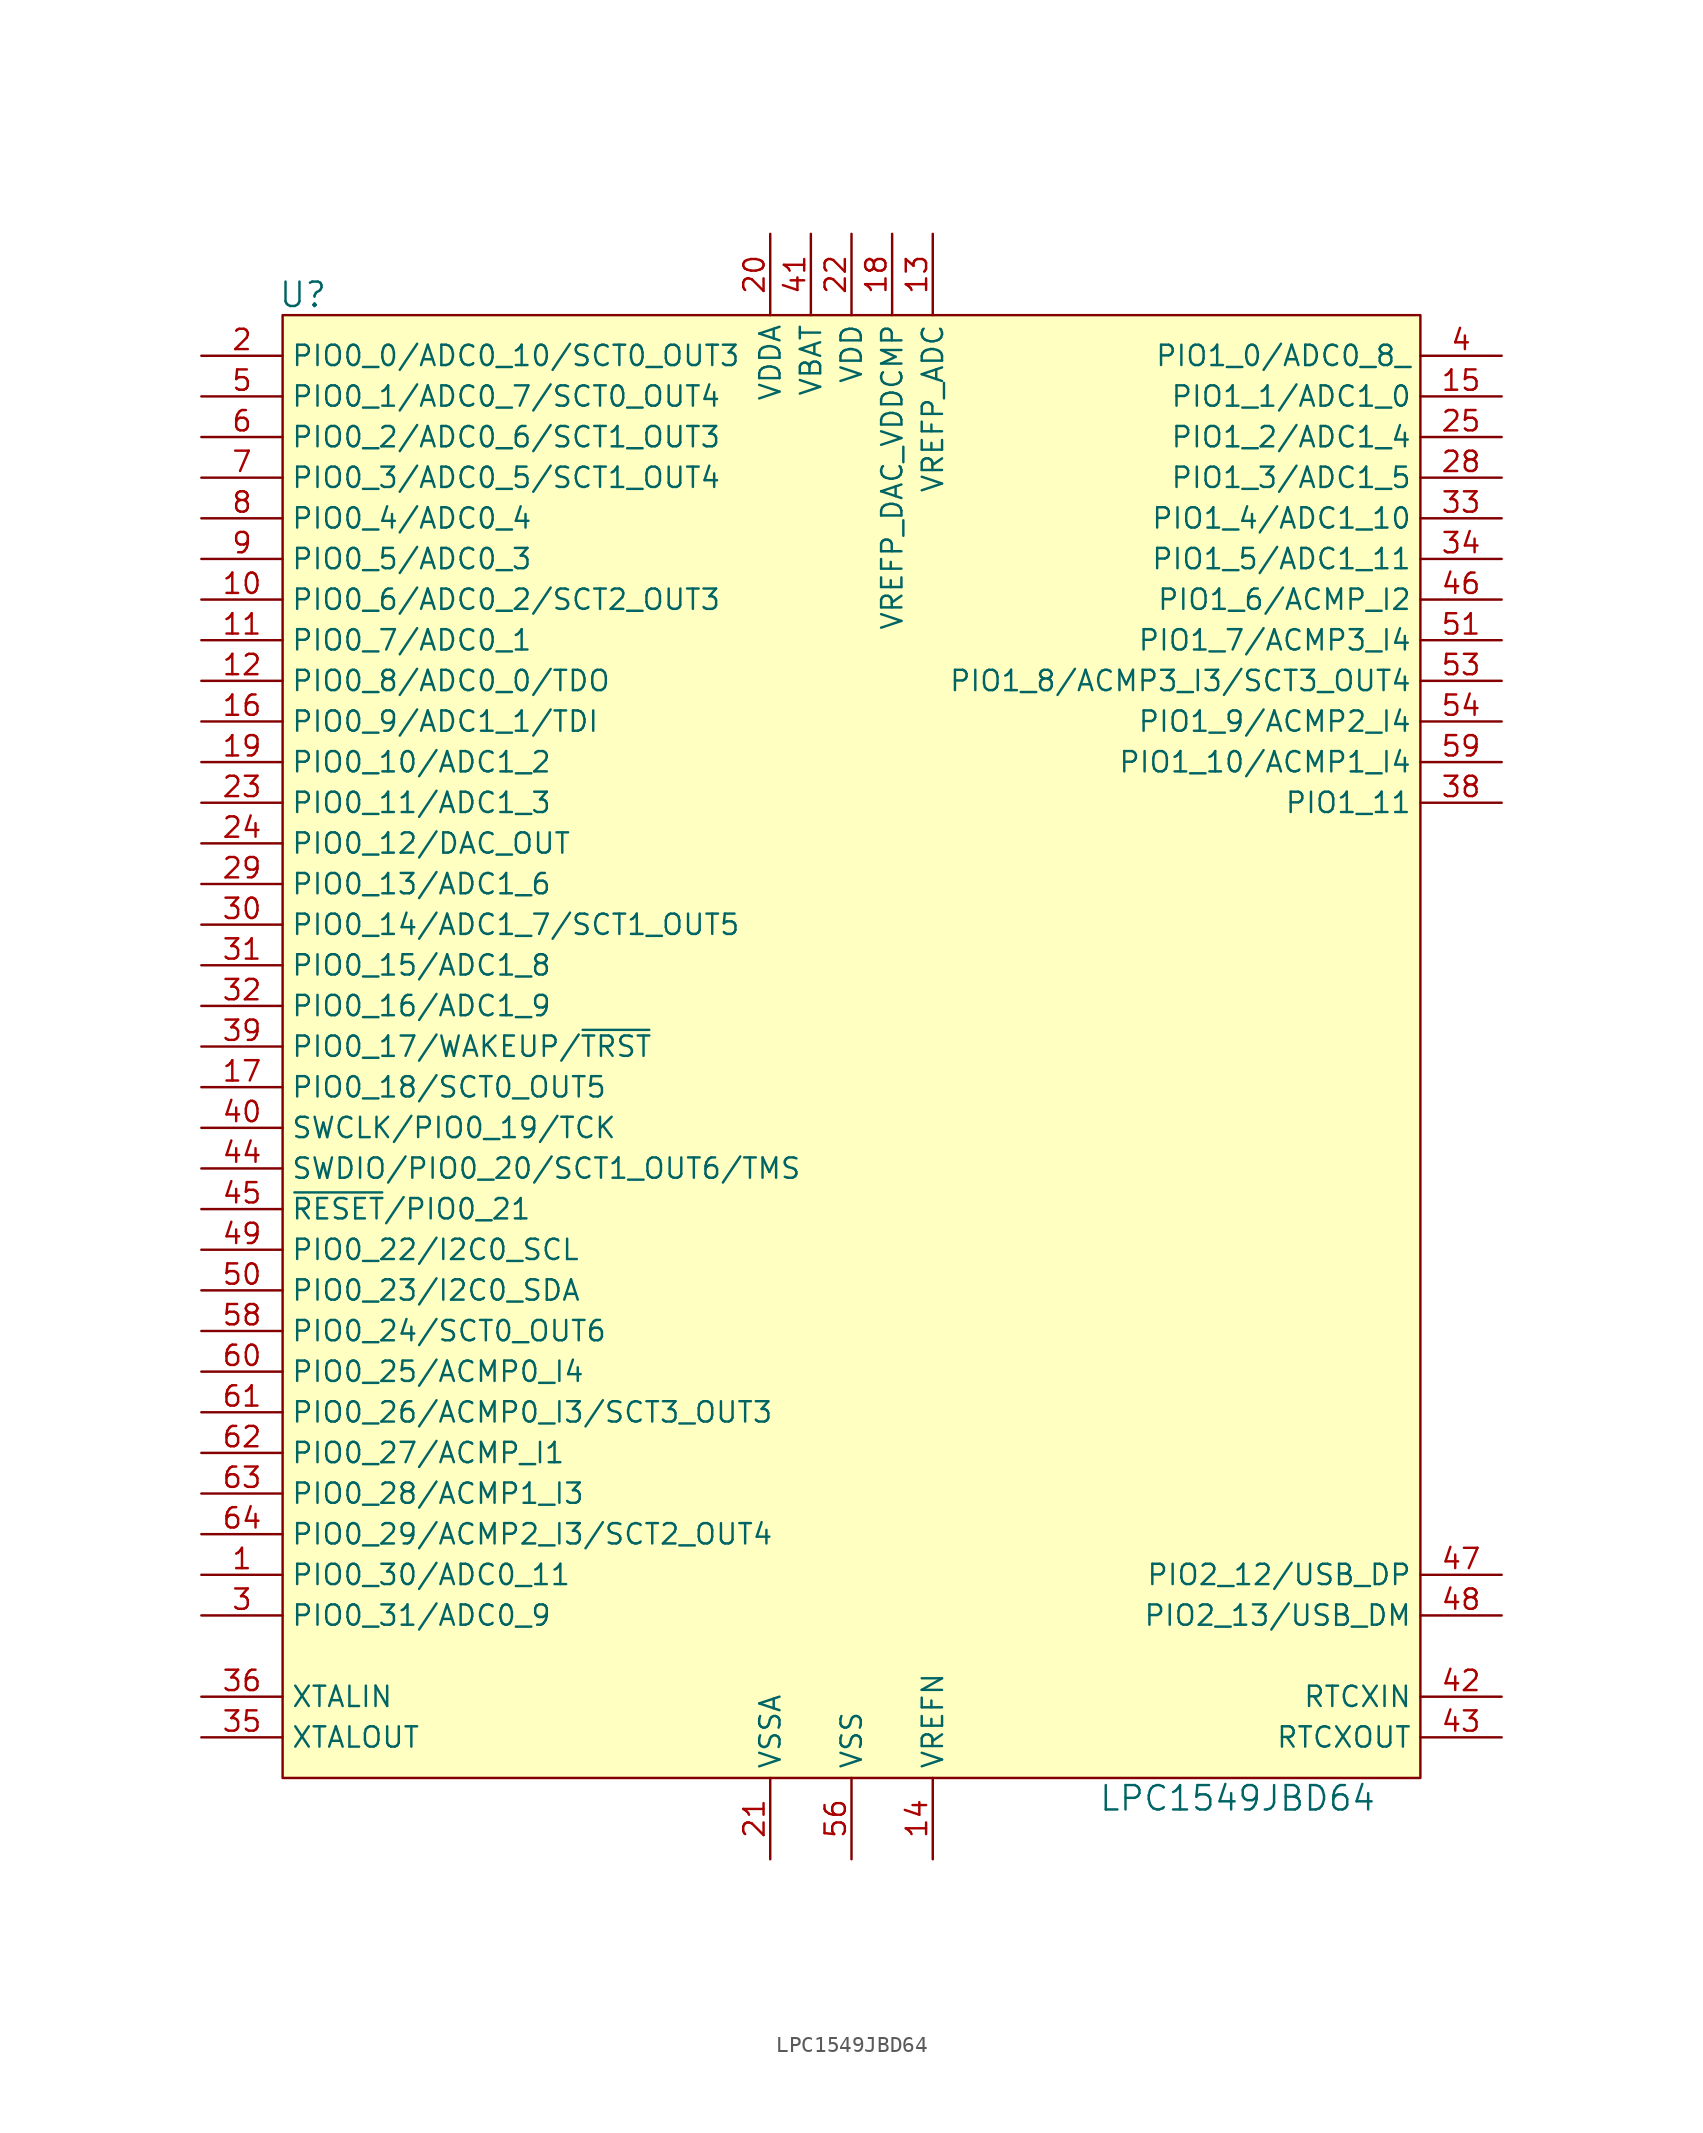
<source format=kicad_sym>
(kicad_symbol_lib
  (version 20211014)
  (generator kicad_symbol_editor)
  (symbol "LPC1549JBD64"
    (property "Reference" "U"
      (at -34.29 46.99 0)
      (effects (font (size 1.524 1.524))))
    (property "Value" "LPC1549JBD64"
      (at 24.13 -46.99 0)
      (effects (font (size 1.524 1.524))))
    (symbol "LPC1549JBD64_0_1"
      (rectangle (start -35.56 -45.72) (end 35.56 45.72) (stroke (width 0) (type default) (color 0 0 0 0)) (fill (type background))))
    (symbol "LPC1549JBD64_1_1"
      (pin bidirectional line (at -40.64 -33.02 0) (length 5.08) (name "PIO0_30/ADC0_11" (effects (font (size 1.27 1.27)))) (number "1" (effects (font (size 1.27 1.27)))))
      (pin bidirectional line (at -40.64 27.94 0) (length 5.08) (name "PIO0_6/ADC0_2/SCT2_OUT3" (effects (font (size 1.27 1.27)))) (number "10" (effects (font (size 1.27 1.27)))))
      (pin bidirectional line (at -40.64 25.4 0) (length 5.08) (name "PIO0_7/ADC0_1" (effects (font (size 1.27 1.27)))) (number "11" (effects (font (size 1.27 1.27)))))
      (pin bidirectional line (at -40.64 22.86 0) (length 5.08) (name "PIO0_8/ADC0_0/TDO" (effects (font (size 1.27 1.27)))) (number "12" (effects (font (size 1.27 1.27)))))
      (pin power_in line (at 5.08 50.8 270) (length 5.08) (name "VREFP_ADC" (effects (font (size 1.27 1.27)))) (number "13" (effects (font (size 1.27 1.27)))))
      (pin power_in line (at 5.08 -50.8 90) (length 5.08) (name "VREFN" (effects (font (size 1.27 1.27)))) (number "14" (effects (font (size 1.27 1.27)))))
      (pin bidirectional line (at 40.64 40.64 180) (length 5.08) (name "PIO1_1/ADC1_0" (effects (font (size 1.27 1.27)))) (number "15" (effects (font (size 1.27 1.27)))))
      (pin bidirectional line (at -40.64 20.32 0) (length 5.08) (name "PIO0_9/ADC1_1/TDI" (effects (font (size 1.27 1.27)))) (number "16" (effects (font (size 1.27 1.27)))))
      (pin bidirectional line (at -40.64 -2.54 0) (length 5.08) (name "PIO0_18/SCT0_OUT5" (effects (font (size 1.27 1.27)))) (number "17" (effects (font (size 1.27 1.27)))))
      (pin power_in line (at 2.54 50.8 270) (length 5.08) (name "VREFP_DAC_VDDCMP" (effects (font (size 1.27 1.27)))) (number "18" (effects (font (size 1.27 1.27)))))
      (pin bidirectional line (at -40.64 17.78 0) (length 5.08) (name "PIO0_10/ADC1_2" (effects (font (size 1.27 1.27)))) (number "19" (effects (font (size 1.27 1.27)))))
      (pin bidirectional line (at -40.64 43.18 0) (length 5.08) (name "PIO0_0/ADC0_10/SCT0_OUT3" (effects (font (size 1.27 1.27)))) (number "2" (effects (font (size 1.27 1.27)))))
      (pin power_in line (at -5.08 50.8 270) (length 5.08) (name "VDDA" (effects (font (size 1.27 1.27)))) (number "20" (effects (font (size 1.27 1.27)))))
      (pin power_in line (at -5.08 -50.8 90) (length 5.08) (name "VSSA" (effects (font (size 1.27 1.27)))) (number "21" (effects (font (size 1.27 1.27)))))
      (pin power_in line (at 0 50.8 270) (length 5.08) (name "VDD" (effects (font (size 1.27 1.27)))) (number "22" (effects (font (size 1.27 1.27)))))
      (pin bidirectional line (at -40.64 15.24 0) (length 5.08) (name "PIO0_11/ADC1_3" (effects (font (size 1.27 1.27)))) (number "23" (effects (font (size 1.27 1.27)))))
      (pin bidirectional line (at -40.64 12.7 0) (length 5.08) (name "PIO0_12/DAC_OUT" (effects (font (size 1.27 1.27)))) (number "24" (effects (font (size 1.27 1.27)))))
      (pin bidirectional line (at 40.64 38.1 180) (length 5.08) (name "PIO1_2/ADC1_4" (effects (font (size 1.27 1.27)))) (number "25" (effects (font (size 1.27 1.27)))))
      (pin passive line (at 0 -50.8 90) (length 5.08) hide (name "VSS" (effects (font (size 1.27 1.27)))) (number "26" (effects (font (size 1.27 1.27)))))
      (pin passive line (at 0 -50.8 90) (length 5.08) hide (name "VSS" (effects (font (size 1.27 1.27)))) (number "27" (effects (font (size 1.27 1.27)))))
      (pin bidirectional line (at 40.64 35.56 180) (length 5.08) (name "PIO1_3/ADC1_5" (effects (font (size 1.27 1.27)))) (number "28" (effects (font (size 1.27 1.27)))))
      (pin bidirectional line (at -40.64 10.16 0) (length 5.08) (name "PIO0_13/ADC1_6" (effects (font (size 1.27 1.27)))) (number "29" (effects (font (size 1.27 1.27)))))
      (pin bidirectional line (at -40.64 -35.56 0) (length 5.08) (name "PIO0_31/ADC0_9" (effects (font (size 1.27 1.27)))) (number "3" (effects (font (size 1.27 1.27)))))
      (pin bidirectional line (at -40.64 7.62 0) (length 5.08) (name "PIO0_14/ADC1_7/SCT1_OUT5" (effects (font (size 1.27 1.27)))) (number "30" (effects (font (size 1.27 1.27)))))
      (pin bidirectional line (at -40.64 5.08 0) (length 5.08) (name "PIO0_15/ADC1_8" (effects (font (size 1.27 1.27)))) (number "31" (effects (font (size 1.27 1.27)))))
      (pin bidirectional line (at -40.64 2.54 0) (length 5.08) (name "PIO0_16/ADC1_9" (effects (font (size 1.27 1.27)))) (number "32" (effects (font (size 1.27 1.27)))))
      (pin bidirectional line (at 40.64 33.02 180) (length 5.08) (name "PIO1_4/ADC1_10" (effects (font (size 1.27 1.27)))) (number "33" (effects (font (size 1.27 1.27)))))
      (pin bidirectional line (at 40.64 30.48 180) (length 5.08) (name "PIO1_5/ADC1_11" (effects (font (size 1.27 1.27)))) (number "34" (effects (font (size 1.27 1.27)))))
      (pin bidirectional line (at -40.64 -43.18 0) (length 5.08) (name "XTALOUT" (effects (font (size 1.27 1.27)))) (number "35" (effects (font (size 1.27 1.27)))))
      (pin bidirectional line (at -40.64 -40.64 0) (length 5.08) (name "XTALIN" (effects (font (size 1.27 1.27)))) (number "36" (effects (font (size 1.27 1.27)))))
      (pin passive line (at 0 50.8 270) (length 5.08) hide (name "VDD" (effects (font (size 1.27 1.27)))) (number "37" (effects (font (size 1.27 1.27)))))
      (pin bidirectional line (at 40.64 15.24 180) (length 5.08) (name "PIO1_11" (effects (font (size 1.27 1.27)))) (number "38" (effects (font (size 1.27 1.27)))))
      (pin bidirectional line (at -40.64 0 0) (length 5.08) (name "PIO0_17/WAKEUP/~{TRST}" (effects (font (size 1.27 1.27)))) (number "39" (effects (font (size 1.27 1.27)))))
      (pin bidirectional line (at 40.64 43.18 180) (length 5.08) (name "PIO1_0/ADC0_8_" (effects (font (size 1.27 1.27)))) (number "4" (effects (font (size 1.27 1.27)))))
      (pin bidirectional line (at -40.64 -5.08 0) (length 5.08) (name "SWCLK/PIO0_19/TCK" (effects (font (size 1.27 1.27)))) (number "40" (effects (font (size 1.27 1.27)))))
      (pin power_in line (at -2.54 50.8 270) (length 5.08) (name "VBAT" (effects (font (size 1.27 1.27)))) (number "41" (effects (font (size 1.27 1.27)))))
      (pin input line (at 40.64 -40.64 180) (length 5.08) (name "RTCXIN" (effects (font (size 1.27 1.27)))) (number "42" (effects (font (size 1.27 1.27)))))
      (pin output line (at 40.64 -43.18 180) (length 5.08) (name "RTCXOUT" (effects (font (size 1.27 1.27)))) (number "43" (effects (font (size 1.27 1.27)))))
      (pin bidirectional line (at -40.64 -7.62 0) (length 5.08) (name "SWDIO/PIO0_20/SCT1_OUT6/TMS" (effects (font (size 1.27 1.27)))) (number "44" (effects (font (size 1.27 1.27)))))
      (pin bidirectional line (at -40.64 -10.16 0) (length 5.08) (name "~{RESET}/PIO0_21" (effects (font (size 1.27 1.27)))) (number "45" (effects (font (size 1.27 1.27)))))
      (pin bidirectional line (at 40.64 27.94 180) (length 5.08) (name "PIO1_6/ACMP_I2" (effects (font (size 1.27 1.27)))) (number "46" (effects (font (size 1.27 1.27)))))
      (pin bidirectional line (at 40.64 -33.02 180) (length 5.08) (name "PIO2_12/USB_DP" (effects (font (size 1.27 1.27)))) (number "47" (effects (font (size 1.27 1.27)))))
      (pin bidirectional line (at 40.64 -35.56 180) (length 5.08) (name "PIO2_13/USB_DM" (effects (font (size 1.27 1.27)))) (number "48" (effects (font (size 1.27 1.27)))))
      (pin bidirectional line (at -40.64 -12.7 0) (length 5.08) (name "PIO0_22/I2C0_SCL" (effects (font (size 1.27 1.27)))) (number "49" (effects (font (size 1.27 1.27)))))
      (pin bidirectional line (at -40.64 40.64 0) (length 5.08) (name "PIO0_1/ADC0_7/SCT0_OUT4" (effects (font (size 1.27 1.27)))) (number "5" (effects (font (size 1.27 1.27)))))
      (pin bidirectional line (at -40.64 -15.24 0) (length 5.08) (name "PIO0_23/I2C0_SDA" (effects (font (size 1.27 1.27)))) (number "50" (effects (font (size 1.27 1.27)))))
      (pin bidirectional line (at 40.64 25.4 180) (length 5.08) (name "PIO1_7/ACMP3_I4" (effects (font (size 1.27 1.27)))) (number "51" (effects (font (size 1.27 1.27)))))
      (pin passive line (at 0 50.8 270) (length 5.08) hide (name "VDD" (effects (font (size 1.27 1.27)))) (number "52" (effects (font (size 1.27 1.27)))))
      (pin bidirectional line (at 40.64 22.86 180) (length 5.08) (name "PIO1_8/ACMP3_I3/SCT3_OUT4" (effects (font (size 1.27 1.27)))) (number "53" (effects (font (size 1.27 1.27)))))
      (pin bidirectional line (at 40.64 20.32 180) (length 5.08) (name "PIO1_9/ACMP2_I4" (effects (font (size 1.27 1.27)))) (number "54" (effects (font (size 1.27 1.27)))))
      (pin passive line (at 0 -50.8 90) (length 5.08) hide (name "VSS" (effects (font (size 1.27 1.27)))) (number "55" (effects (font (size 1.27 1.27)))))
      (pin power_in line (at 0 -50.8 90) (length 5.08) (name "VSS" (effects (font (size 1.27 1.27)))) (number "56" (effects (font (size 1.27 1.27)))))
      (pin passive line (at 0 50.8 270) (length 5.08) hide (name "VDD" (effects (font (size 1.27 1.27)))) (number "57" (effects (font (size 1.27 1.27)))))
      (pin bidirectional line (at -40.64 -17.78 0) (length 5.08) (name "PIO0_24/SCT0_OUT6" (effects (font (size 1.27 1.27)))) (number "58" (effects (font (size 1.27 1.27)))))
      (pin bidirectional line (at 40.64 17.78 180) (length 5.08) (name "PIO1_10/ACMP1_I4" (effects (font (size 1.27 1.27)))) (number "59" (effects (font (size 1.27 1.27)))))
      (pin bidirectional line (at -40.64 38.1 0) (length 5.08) (name "PIO0_2/ADC0_6/SCT1_OUT3" (effects (font (size 1.27 1.27)))) (number "6" (effects (font (size 1.27 1.27)))))
      (pin bidirectional line (at -40.64 -20.32 0) (length 5.08) (name "PIO0_25/ACMP0_I4" (effects (font (size 1.27 1.27)))) (number "60" (effects (font (size 1.27 1.27)))))
      (pin bidirectional line (at -40.64 -22.86 0) (length 5.08) (name "PIO0_26/ACMP0_I3/SCT3_OUT3" (effects (font (size 1.27 1.27)))) (number "61" (effects (font (size 1.27 1.27)))))
      (pin bidirectional line (at -40.64 -25.4 0) (length 5.08) (name "PIO0_27/ACMP_I1" (effects (font (size 1.27 1.27)))) (number "62" (effects (font (size 1.27 1.27)))))
      (pin bidirectional line (at -40.64 -27.94 0) (length 5.08) (name "PIO0_28/ACMP1_I3" (effects (font (size 1.27 1.27)))) (number "63" (effects (font (size 1.27 1.27)))))
      (pin bidirectional line (at -40.64 -30.48 0) (length 5.08) (name "PIO0_29/ACMP2_I3/SCT2_OUT4" (effects (font (size 1.27 1.27)))) (number "64" (effects (font (size 1.27 1.27)))))
      (pin bidirectional line (at -40.64 35.56 0) (length 5.08) (name "PIO0_3/ADC0_5/SCT1_OUT4" (effects (font (size 1.27 1.27)))) (number "7" (effects (font (size 1.27 1.27)))))
      (pin bidirectional line (at -40.64 33.02 0) (length 5.08) (name "PIO0_4/ADC0_4" (effects (font (size 1.27 1.27)))) (number "8" (effects (font (size 1.27 1.27)))))
      (pin bidirectional line (at -40.64 30.48 0) (length 5.08) (name "PIO0_5/ADC0_3" (effects (font (size 1.27 1.27)))) (number "9" (effects (font (size 1.27 1.27))))))))
</source>
